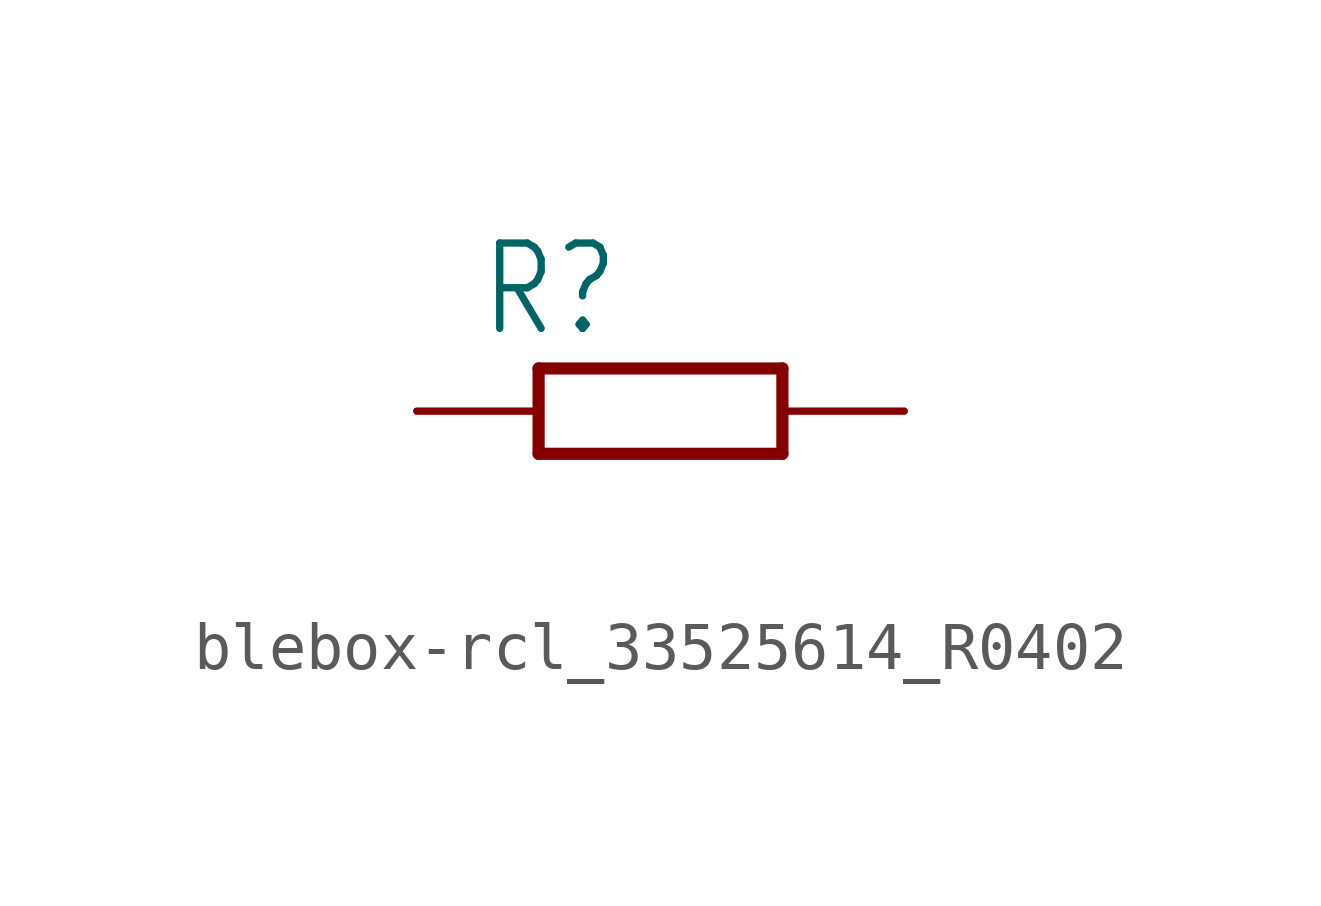
<source format=kicad_sym>
(kicad_symbol_lib
  (version 20241209)
  (generator "kicad_symbol_editor")
  (generator_version "9.0")
  (symbol "blebox-rcl_33525614_R0402"
    (property "Reference" "R"
      (at -3.81 1.499 0)
      (effects (font (size 1.778 1.511)) (justify left bottom)))
    (property "Value" ""
      (at -3.81 -3.302 0)
      (effects (font (size 1.778 1.511)) (justify left bottom)))
    (property "ki_locked" ""
      (at 0 0 0)
      (effects (font (size 1.27 1.27))))
    (symbol "blebox-rcl_33525614_R0402_1_0"
      (polyline (pts (xy -2.54 -0.889) (xy -2.54 0.889)) (stroke (width 0.254) (type solid)) (fill (type none)))
      (polyline (pts (xy -2.54 -0.889) (xy 2.54 -0.889)) (stroke (width 0.254) (type solid)) (fill (type none)))
      (polyline (pts (xy 2.54 0.889) (xy -2.54 0.889)) (stroke (width 0.254) (type solid)) (fill (type none)))
      (polyline (pts (xy 2.54 -0.889) (xy 2.54 0.889)) (stroke (width 0.254) (type solid)) (fill (type none)))
      (pin passive line (at -5.08 0 0) (length 2.54) (name "1" (effects (font (size 0 0)))) (number "1" (effects (font (size 0 0)))))
      (pin passive line (at 5.08 0 180) (length 2.54) (name "2" (effects (font (size 0 0)))) (number "2" (effects (font (size 0 0))))))))
</source>
